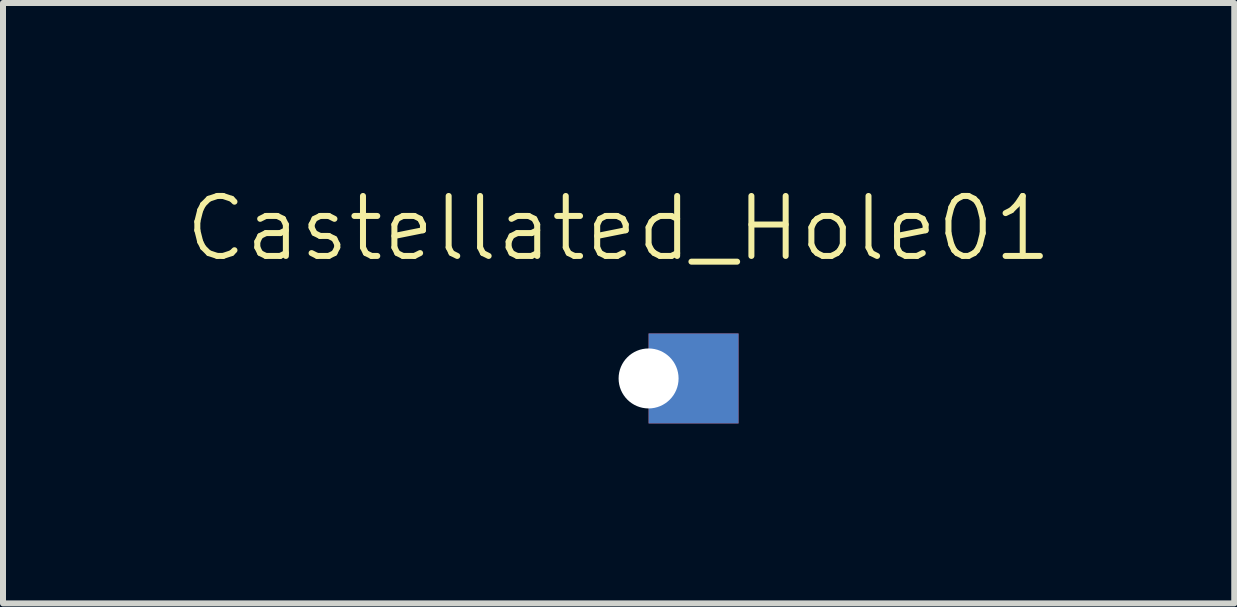
<source format=kicad_pcb>
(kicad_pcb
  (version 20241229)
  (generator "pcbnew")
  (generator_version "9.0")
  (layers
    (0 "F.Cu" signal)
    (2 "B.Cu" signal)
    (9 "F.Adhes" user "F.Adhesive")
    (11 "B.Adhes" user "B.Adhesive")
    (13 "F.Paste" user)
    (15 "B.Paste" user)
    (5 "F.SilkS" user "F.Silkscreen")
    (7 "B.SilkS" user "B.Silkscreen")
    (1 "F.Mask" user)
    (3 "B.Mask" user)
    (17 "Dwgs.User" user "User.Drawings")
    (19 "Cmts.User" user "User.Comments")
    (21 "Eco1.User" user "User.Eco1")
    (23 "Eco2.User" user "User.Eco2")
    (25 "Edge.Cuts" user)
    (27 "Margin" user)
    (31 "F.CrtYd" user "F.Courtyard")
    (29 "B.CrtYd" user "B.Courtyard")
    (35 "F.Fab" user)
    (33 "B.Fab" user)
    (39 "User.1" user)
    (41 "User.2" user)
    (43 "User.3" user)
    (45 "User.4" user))
  (footprint "Castellated_Hole01"
    (layer "F.Cu")
    (at 7.764 3.26)
    (property "Reference" "Castellated_Hole01" (at -0.5 -2.5 0) (unlocked yes) (layer "F.SilkS") (effects (font (size 1 1) (thickness 0.1))))
    (pad "1" thru_hole rect (at 0 0) (size 1.5 1.5) (drill 1 (offset 0.75 0)) (property pad_prop_castellated) (layers "*.Cu" "*.Mask")))
  (gr_rect
    (start -3 -3)
    (end 17.529 7.011)
    (stroke (width 0.1) (type default))
    (fill no)
    (layer "Edge.Cuts")))
</source>
